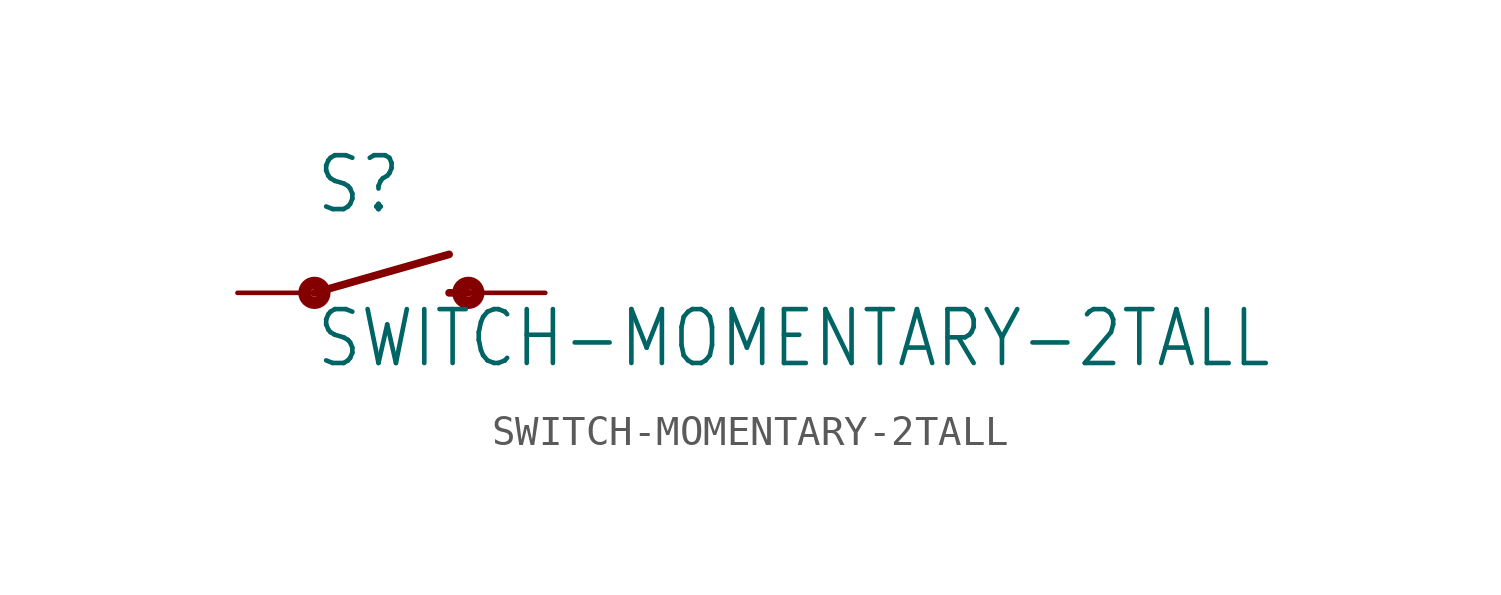
<source format=kicad_sym>
(kicad_symbol_lib
  (version 20211014)
  (generator kicad_symbol_editor)
  (symbol "SWITCH-MOMENTARY-2TALL"
    (property "Reference" "S"
      (at -2.54 2.54 0)
      (effects (font (size 1.778 1.511)) (justify left bottom)))
    (property "Value" "SWITCH-MOMENTARY-2TALL"
      (at -2.54 -2.54 0)
      (effects (font (size 1.778 1.511)) (justify left bottom)))
    (property "ki_locked" ""
      (at 0 0 0)
      (effects (font (size 1.27 1.27))))
    (symbol "SWITCH-MOMENTARY-2TALL_1_0"
      (circle (center -2.54 0) (radius 0.127) (stroke (width 0.406) (type default) (color 0 0 0 0)) (fill (type none)))
      (polyline (pts (xy -2.54 0) (xy 1.905 1.27)) (stroke (width 0.254) (type default) (color 0 0 0 0)) (fill (type none)))
      (polyline (pts (xy 1.905 0) (xy 2.54 0)) (stroke (width 0.254) (type default) (color 0 0 0 0)) (fill (type none)))
      (circle (center 2.54 0) (radius 0.127) (stroke (width 0.406) (type default) (color 0 0 0 0)) (fill (type none)))
      (pin passive line (at -5.08 0 0) (length 2.54) (name "1" (effects (font (size 0 0)))) (number "A2" (effects (font (size 0 0)))))
      (pin passive line (at 5.08 0 180) (length 2.54) (name "2" (effects (font (size 0 0)))) (number "B2" (effects (font (size 0 0))))))))
</source>
